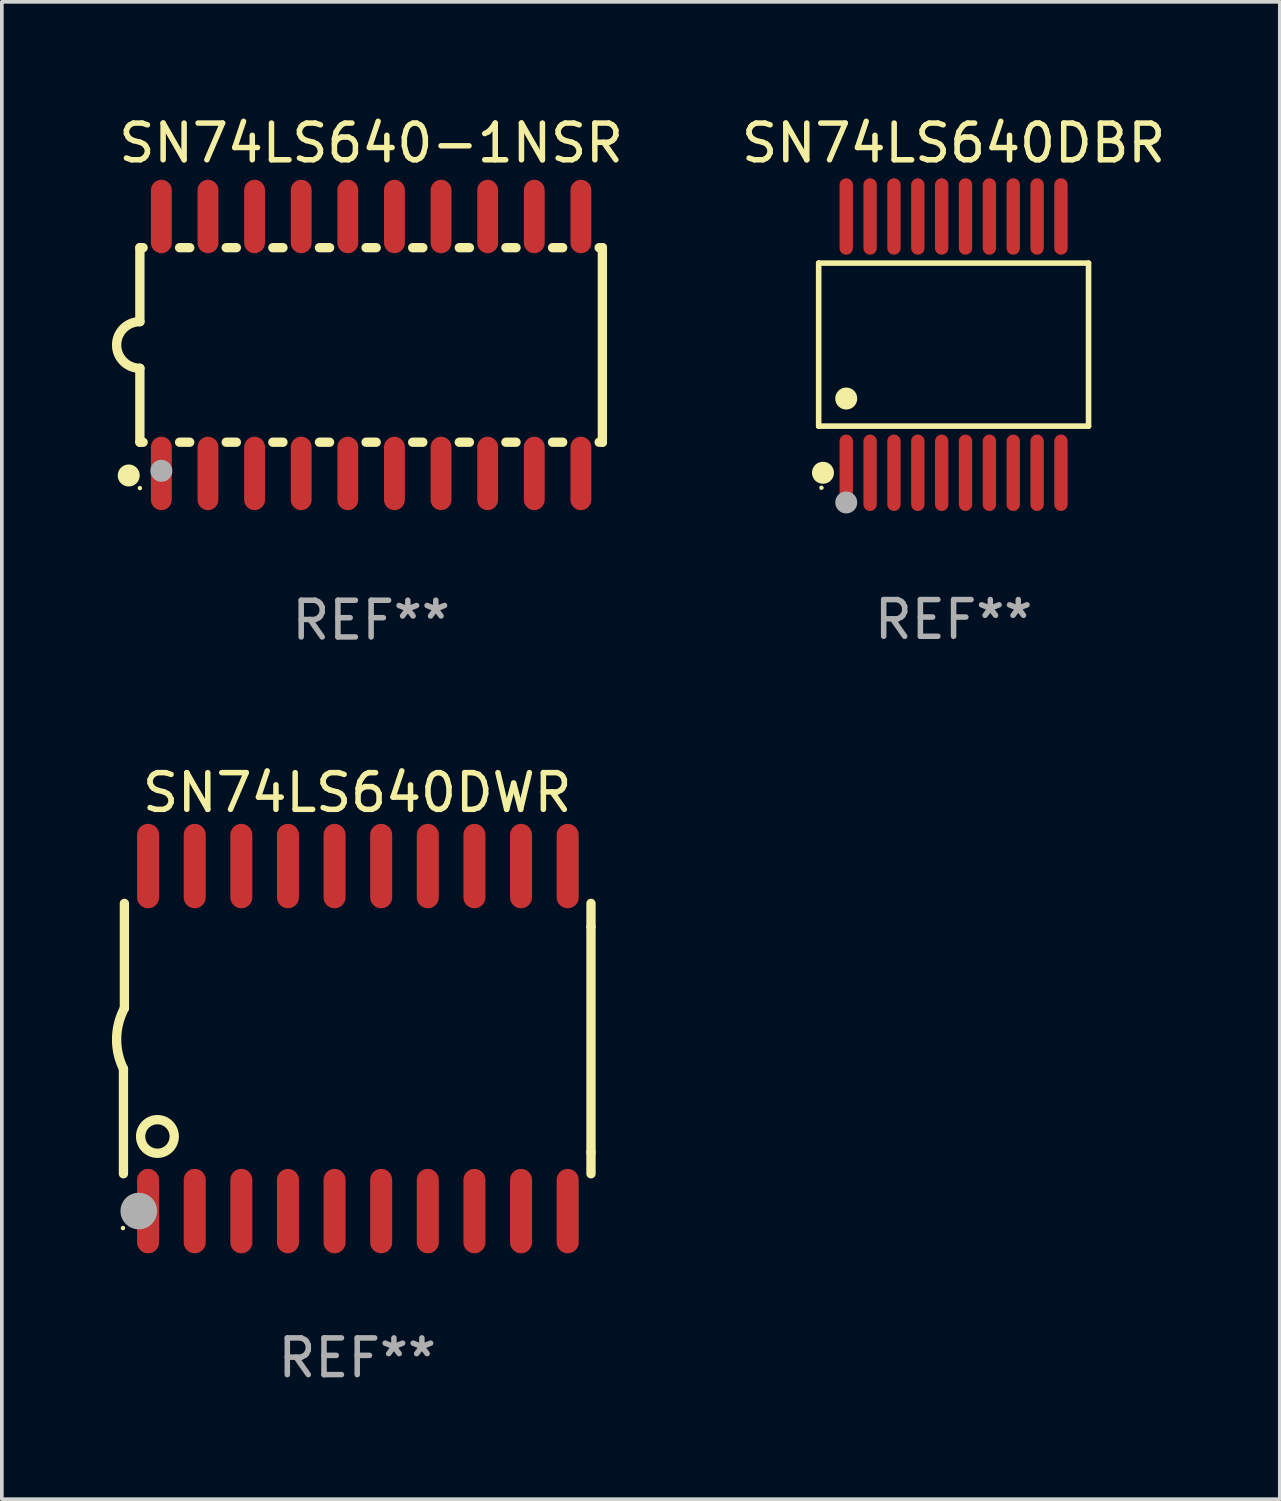
<source format=kicad_pcb>
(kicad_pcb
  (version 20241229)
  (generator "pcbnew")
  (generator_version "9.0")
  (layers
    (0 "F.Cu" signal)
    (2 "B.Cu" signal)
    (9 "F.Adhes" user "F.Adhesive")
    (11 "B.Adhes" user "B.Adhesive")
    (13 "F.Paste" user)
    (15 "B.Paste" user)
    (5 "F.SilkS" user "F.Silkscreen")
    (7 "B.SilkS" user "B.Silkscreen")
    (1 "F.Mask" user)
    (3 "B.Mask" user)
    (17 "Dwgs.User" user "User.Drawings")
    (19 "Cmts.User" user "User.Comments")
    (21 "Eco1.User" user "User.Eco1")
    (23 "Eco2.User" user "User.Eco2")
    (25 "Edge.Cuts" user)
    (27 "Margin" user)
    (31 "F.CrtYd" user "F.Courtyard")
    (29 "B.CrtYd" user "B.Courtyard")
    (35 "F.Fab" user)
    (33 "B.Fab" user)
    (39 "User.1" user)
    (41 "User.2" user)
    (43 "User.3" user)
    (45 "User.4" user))
  (footprint "SN74LS640DWR"
    (layer "F.Cu")
    (at 6.682 25.245)
    (property "Reference" "SN74LS640DWR" (at 0 -6.7 0) (layer "F.SilkS") (effects (font (size 1 1) (thickness 0.15))))
    (attr through_hole)
    (fp_line (start -6.369 0.826) (end -6.369 3.683) (stroke (width 0.254) (type solid)) (layer "F.SilkS"))
    (fp_line (start -6.343 -0.825) (end -6.343 -3.683) (stroke (width 0.254) (type solid)) (layer "F.SilkS"))
    (fp_line (start 6.369 -3.048) (end 6.369 -3.683) (stroke (width 0.254) (type solid)) (layer "F.SilkS"))
    (fp_line (start 6.369 -3.048) (end 6.369 3.096) (stroke (width 0.254) (type solid)) (layer "F.SilkS"))
    (fp_line (start 6.369 3.096) (end 6.369 3.683) (stroke (width 0.254) (type solid)) (layer "F.SilkS"))
    (fp_arc (start -6.36853 0.825552) (mid -6.554743 -0.00301) (end -6.343129 -0.825451) (stroke (width 0.254001) (type solid)) (layer "F.SilkS"))
    (fp_circle (center -6.382 5.163) (end -6.352 5.163) (stroke (width 0.06) (type solid)) (fill no) (layer "F.SilkS"))
    (fp_circle (center -5.443 2.667) (end -4.985 2.667) (stroke (width 0.254) (type solid)) (fill no) (layer "F.SilkS"))
    (fp_circle (center -5.951 4.699) (end -5.701 4.699) (stroke (width 0.5) (type solid)) (fill no) (layer "F.Fab"))
    (fp_text user "REF**" (at 0 8.7 0) (layer "F.Fab") (effects (font (size 1 1) (thickness 0.15))))
    (pad "1" smd oval (at -5.697 4.7 180) (size 0.6 2.3) (layers "F.Cu" "F.Mask" "F.Paste"))
    (pad "2" smd oval (at -4.427 4.7 180) (size 0.6 2.3) (layers "F.Cu" "F.Mask" "F.Paste"))
    (pad "3" smd oval (at -3.157 4.7 180) (size 0.6 2.3) (layers "F.Cu" "F.Mask" "F.Paste"))
    (pad "4" smd oval (at -1.887 4.7 180) (size 0.6 2.3) (layers "F.Cu" "F.Mask" "F.Paste"))
    (pad "5" smd oval (at -0.617 4.7 180) (size 0.6 2.3) (layers "F.Cu" "F.Mask" "F.Paste"))
    (pad "6" smd oval (at 0.653 4.7 180) (size 0.6 2.3) (layers "F.Cu" "F.Mask" "F.Paste"))
    (pad "7" smd oval (at 1.923 4.7 180) (size 0.6 2.3) (layers "F.Cu" "F.Mask" "F.Paste"))
    (pad "8" smd oval (at 3.193 4.7 180) (size 0.6 2.3) (layers "F.Cu" "F.Mask" "F.Paste"))
    (pad "9" smd oval (at 4.463 4.7 180) (size 0.6 2.3) (layers "F.Cu" "F.Mask" "F.Paste"))
    (pad "10" smd oval (at 5.734 4.7 180) (size 0.6 2.3) (layers "F.Cu" "F.Mask" "F.Paste"))
    (pad "11" smd oval (at 5.734 -4.7 180) (size 0.6 2.3) (layers "F.Cu" "F.Mask" "F.Paste"))
    (pad "12" smd oval (at 4.463 -4.7 180) (size 0.6 2.3) (layers "F.Cu" "F.Mask" "F.Paste"))
    (pad "13" smd oval (at 3.193 -4.7 180) (size 0.6 2.3) (layers "F.Cu" "F.Mask" "F.Paste"))
    (pad "14" smd oval (at 1.923 -4.7 180) (size 0.6 2.3) (layers "F.Cu" "F.Mask" "F.Paste"))
    (pad "15" smd oval (at 0.653 -4.7 180) (size 0.6 2.3) (layers "F.Cu" "F.Mask" "F.Paste"))
    (pad "16" smd oval (at -0.617 -4.7 180) (size 0.6 2.3) (layers "F.Cu" "F.Mask" "F.Paste"))
    (pad "17" smd oval (at -1.887 -4.7 180) (size 0.6 2.3) (layers "F.Cu" "F.Mask" "F.Paste"))
    (pad "18" smd oval (at -3.157 -4.7 180) (size 0.6 2.3) (layers "F.Cu" "F.Mask" "F.Paste"))
    (pad "19" smd oval (at -4.427 -4.7 180) (size 0.6 2.3) (layers "F.Cu" "F.Mask" "F.Paste"))
    (pad "20" smd oval (at -5.697 -4.7 180) (size 0.6 2.3) (layers "F.Cu" "F.Mask" "F.Paste")))
  (footprint "SN74LS640DBR"
    (layer "F.Cu")
    (at 22.93 6.339)
    (property "Reference" "SN74LS640DBR" (at 0 -5.491 0) (layer "F.SilkS") (effects (font (size 1 1) (thickness 0.15))))
    (attr through_hole)
    (fp_line (start -3.676 -2.221) (end 3.676 -2.221) (stroke (width 0.152) (type solid)) (layer "F.SilkS"))
    (fp_line (start -3.676 2.221) (end -3.676 -2.221) (stroke (width 0.152) (type solid)) (layer "F.SilkS"))
    (fp_line (start 3.676 -2.221) (end 3.676 2.221) (stroke (width 0.152) (type solid)) (layer "F.SilkS"))
    (fp_line (start 3.676 2.221) (end -3.676 2.221) (stroke (width 0.152) (type solid)) (layer "F.SilkS"))
    (fp_circle (center -3.6 3.9) (end -3.57 3.9) (stroke (width 0.06) (type solid)) (fill no) (layer "F.SilkS"))
    (fp_circle (center -3.559 3.491) (end -3.409 3.491) (stroke (width 0.3) (type solid)) (fill no) (layer "F.SilkS"))
    (fp_circle (center -2.925 1.469) (end -2.775 1.469) (stroke (width 0.3) (type solid)) (fill no) (layer "F.SilkS"))
    (fp_circle (center -2.925 4.3) (end -2.775 4.3) (stroke (width 0.3) (type solid)) (fill no) (layer "F.Fab"))
    (fp_text user "REF**" (at 0 7.491 0) (layer "F.Fab") (effects (font (size 1 1) (thickness 0.15))))
    (pad "1" smd oval (at -2.925 3.491) (size 0.364 2.082) (layers "F.Cu" "F.Mask" "F.Paste"))
    (pad "2" smd oval (at -2.275 3.491) (size 0.364 2.082) (layers "F.Cu" "F.Mask" "F.Paste"))
    (pad "3" smd oval (at -1.625 3.491) (size 0.364 2.082) (layers "F.Cu" "F.Mask" "F.Paste"))
    (pad "4" smd oval (at -0.975 3.491) (size 0.364 2.082) (layers "F.Cu" "F.Mask" "F.Paste"))
    (pad "5" smd oval (at -0.325 3.491) (size 0.364 2.082) (layers "F.Cu" "F.Mask" "F.Paste"))
    (pad "6" smd oval (at 0.325 3.491) (size 0.364 2.082) (layers "F.Cu" "F.Mask" "F.Paste"))
    (pad "7" smd oval (at 0.975 3.491) (size 0.364 2.082) (layers "F.Cu" "F.Mask" "F.Paste"))
    (pad "8" smd oval (at 1.625 3.491) (size 0.364 2.082) (layers "F.Cu" "F.Mask" "F.Paste"))
    (pad "9" smd oval (at 2.275 3.491) (size 0.364 2.082) (layers "F.Cu" "F.Mask" "F.Paste"))
    (pad "10" smd oval (at 2.925 3.491) (size 0.364 2.082) (layers "F.Cu" "F.Mask" "F.Paste"))
    (pad "11" smd oval (at 2.925 -3.491) (size 0.364 2.082) (layers "F.Cu" "F.Mask" "F.Paste"))
    (pad "12" smd oval (at 2.275 -3.491) (size 0.364 2.082) (layers "F.Cu" "F.Mask" "F.Paste"))
    (pad "13" smd oval (at 1.625 -3.491) (size 0.364 2.082) (layers "F.Cu" "F.Mask" "F.Paste"))
    (pad "14" smd oval (at 0.975 -3.491) (size 0.364 2.082) (layers "F.Cu" "F.Mask" "F.Paste"))
    (pad "15" smd oval (at 0.325 -3.491) (size 0.364 2.082) (layers "F.Cu" "F.Mask" "F.Paste"))
    (pad "16" smd oval (at -0.325 -3.491) (size 0.364 2.082) (layers "F.Cu" "F.Mask" "F.Paste"))
    (pad "17" smd oval (at -0.975 -3.491) (size 0.364 2.082) (layers "F.Cu" "F.Mask" "F.Paste"))
    (pad "18" smd oval (at -1.625 -3.491) (size 0.364 2.082) (layers "F.Cu" "F.Mask" "F.Paste"))
    (pad "19" smd oval (at -2.275 -3.491) (size 0.364 2.082) (layers "F.Cu" "F.Mask" "F.Paste"))
    (pad "20" smd oval (at -2.925 -3.491) (size 0.364 2.082) (layers "F.Cu" "F.Mask" "F.Paste")))
  (footprint "SN74LS640-1NSR"
    (layer "F.Cu")
    (at 7.061 6.348)
    (property "Reference" "SN74LS640-1NSR" (at 0 -5.5 0) (layer "F.SilkS") (effects (font (size 1 1) (thickness 0.15))))
    (attr through_hole)
    (fp_line (start -6.3 -2.65) (end -6.3 -0.635) (stroke (width 0.254) (type solid)) (layer "F.SilkS"))
    (fp_line (start -6.3 -2.65) (end -6.212 -2.65) (stroke (width 0.254) (type solid)) (layer "F.SilkS"))
    (fp_line (start -6.3 2.65) (end -6.3 0.635) (stroke (width 0.254) (type solid)) (layer "F.SilkS"))
    (fp_line (start -6.3 2.65) (end -6.212 2.65) (stroke (width 0.254) (type solid)) (layer "F.SilkS"))
    (fp_line (start -5.218 -2.65) (end -4.942 -2.65) (stroke (width 0.254) (type solid)) (layer "F.SilkS"))
    (fp_line (start -5.218 2.65) (end -4.942 2.65) (stroke (width 0.254) (type solid)) (layer "F.SilkS"))
    (fp_line (start -3.948 -2.65) (end -3.672 -2.65) (stroke (width 0.254) (type solid)) (layer "F.SilkS"))
    (fp_line (start -3.948 2.65) (end -3.672 2.65) (stroke (width 0.254) (type solid)) (layer "F.SilkS"))
    (fp_line (start -2.678 -2.65) (end -2.402 -2.65) (stroke (width 0.254) (type solid)) (layer "F.SilkS"))
    (fp_line (start -2.678 2.65) (end -2.402 2.65) (stroke (width 0.254) (type solid)) (layer "F.SilkS"))
    (fp_line (start -1.408 -2.65) (end -1.132 -2.65) (stroke (width 0.254) (type solid)) (layer "F.SilkS"))
    (fp_line (start -1.408 2.65) (end -1.132 2.65) (stroke (width 0.254) (type solid)) (layer "F.SilkS"))
    (fp_line (start -0.138 -2.65) (end 0.138 -2.65) (stroke (width 0.254) (type solid)) (layer "F.SilkS"))
    (fp_line (start -0.138 2.65) (end 0.138 2.65) (stroke (width 0.254) (type solid)) (layer "F.SilkS"))
    (fp_line (start 1.132 -2.65) (end 1.408 -2.65) (stroke (width 0.254) (type solid)) (layer "F.SilkS"))
    (fp_line (start 1.132 2.65) (end 1.408 2.65) (stroke (width 0.254) (type solid)) (layer "F.SilkS"))
    (fp_line (start 2.402 -2.65) (end 2.678 -2.65) (stroke (width 0.254) (type solid)) (layer "F.SilkS"))
    (fp_line (start 2.402 2.65) (end 2.678 2.65) (stroke (width 0.254) (type solid)) (layer "F.SilkS"))
    (fp_line (start 3.672 -2.65) (end 3.948 -2.65) (stroke (width 0.254) (type solid)) (layer "F.SilkS"))
    (fp_line (start 3.672 2.65) (end 3.948 2.65) (stroke (width 0.254) (type solid)) (layer "F.SilkS"))
    (fp_line (start 4.942 -2.65) (end 5.218 -2.65) (stroke (width 0.254) (type solid)) (layer "F.SilkS"))
    (fp_line (start 4.942 2.65) (end 5.218 2.65) (stroke (width 0.254) (type solid)) (layer "F.SilkS"))
    (fp_line (start 6.212 -2.65) (end 6.3 -2.65) (stroke (width 0.254) (type solid)) (layer "F.SilkS"))
    (fp_line (start 6.212 2.65) (end 6.3 2.65) (stroke (width 0.254) (type solid)) (layer "F.SilkS"))
    (fp_line (start 6.3 -2.65) (end 6.3 2.65) (stroke (width 0.254) (type solid)) (layer "F.SilkS"))
    (fp_arc (start -6.299975 0.634874) (mid -6.933579 0.000127) (end -6.299213 -0.633858) (stroke (width 0.254001) (type solid)) (layer "F.SilkS"))
    (fp_circle (center -6.604 3.556) (end -6.454 3.556) (stroke (width 0.3) (type solid)) (fill no) (layer "F.SilkS"))
    (fp_circle (center -6.3 3.9) (end -6.27 3.9) (stroke (width 0.06) (type solid)) (fill no) (layer "F.SilkS"))
    (fp_circle (center -5.715 3.429) (end -5.565 3.429) (stroke (width 0.3) (type solid)) (fill no) (layer "F.Fab"))
    (fp_text user "REF**" (at 0 7.5 0) (layer "F.Fab") (effects (font (size 1 1) (thickness 0.15))))
    (pad "1" smd oval (at -5.715 3.5) (size 0.568 2) (layers "F.Cu" "F.Mask" "F.Paste"))
    (pad "2" smd oval (at -4.445 3.5) (size 0.568 2) (layers "F.Cu" "F.Mask" "F.Paste"))
    (pad "3" smd oval (at -3.175 3.5) (size 0.568 2) (layers "F.Cu" "F.Mask" "F.Paste"))
    (pad "4" smd oval (at -1.905 3.5) (size 0.568 2) (layers "F.Cu" "F.Mask" "F.Paste"))
    (pad "5" smd oval (at -0.635 3.5) (size 0.568 2) (layers "F.Cu" "F.Mask" "F.Paste"))
    (pad "6" smd oval (at 0.635 3.5) (size 0.568 2) (layers "F.Cu" "F.Mask" "F.Paste"))
    (pad "7" smd oval (at 1.905 3.5) (size 0.568 2) (layers "F.Cu" "F.Mask" "F.Paste"))
    (pad "8" smd oval (at 3.175 3.5) (size 0.568 2) (layers "F.Cu" "F.Mask" "F.Paste"))
    (pad "9" smd oval (at 4.445 3.5) (size 0.568 2) (layers "F.Cu" "F.Mask" "F.Paste"))
    (pad "10" smd oval (at 5.715 3.5) (size 0.568 2) (layers "F.Cu" "F.Mask" "F.Paste"))
    (pad "11" smd oval (at 5.715 -3.5) (size 0.568 2) (layers "F.Cu" "F.Mask" "F.Paste"))
    (pad "12" smd oval (at 4.445 -3.5) (size 0.568 2) (layers "F.Cu" "F.Mask" "F.Paste"))
    (pad "13" smd oval (at 3.175 -3.5) (size 0.568 2) (layers "F.Cu" "F.Mask" "F.Paste"))
    (pad "14" smd oval (at 1.905 -3.5) (size 0.568 2) (layers "F.Cu" "F.Mask" "F.Paste"))
    (pad "15" smd oval (at 0.635 -3.5) (size 0.568 2) (layers "F.Cu" "F.Mask" "F.Paste"))
    (pad "16" smd oval (at -0.635 -3.5) (size 0.568 2) (layers "F.Cu" "F.Mask" "F.Paste"))
    (pad "17" smd oval (at -1.905 -3.5) (size 0.568 2) (layers "F.Cu" "F.Mask" "F.Paste"))
    (pad "18" smd oval (at -3.175 -3.5) (size 0.568 2) (layers "F.Cu" "F.Mask" "F.Paste"))
    (pad "19" smd oval (at -4.445 -3.5) (size 0.568 2) (layers "F.Cu" "F.Mask" "F.Paste"))
    (pad "20" smd oval (at -5.715 -3.5) (size 0.568 2) (layers "F.Cu" "F.Mask" "F.Paste")))
  (gr_rect
    (start -3 -3)
    (end 31.817 37.793)
    (stroke (width 0.1) (type default))
    (fill no)
    (layer "Edge.Cuts")))
</source>
